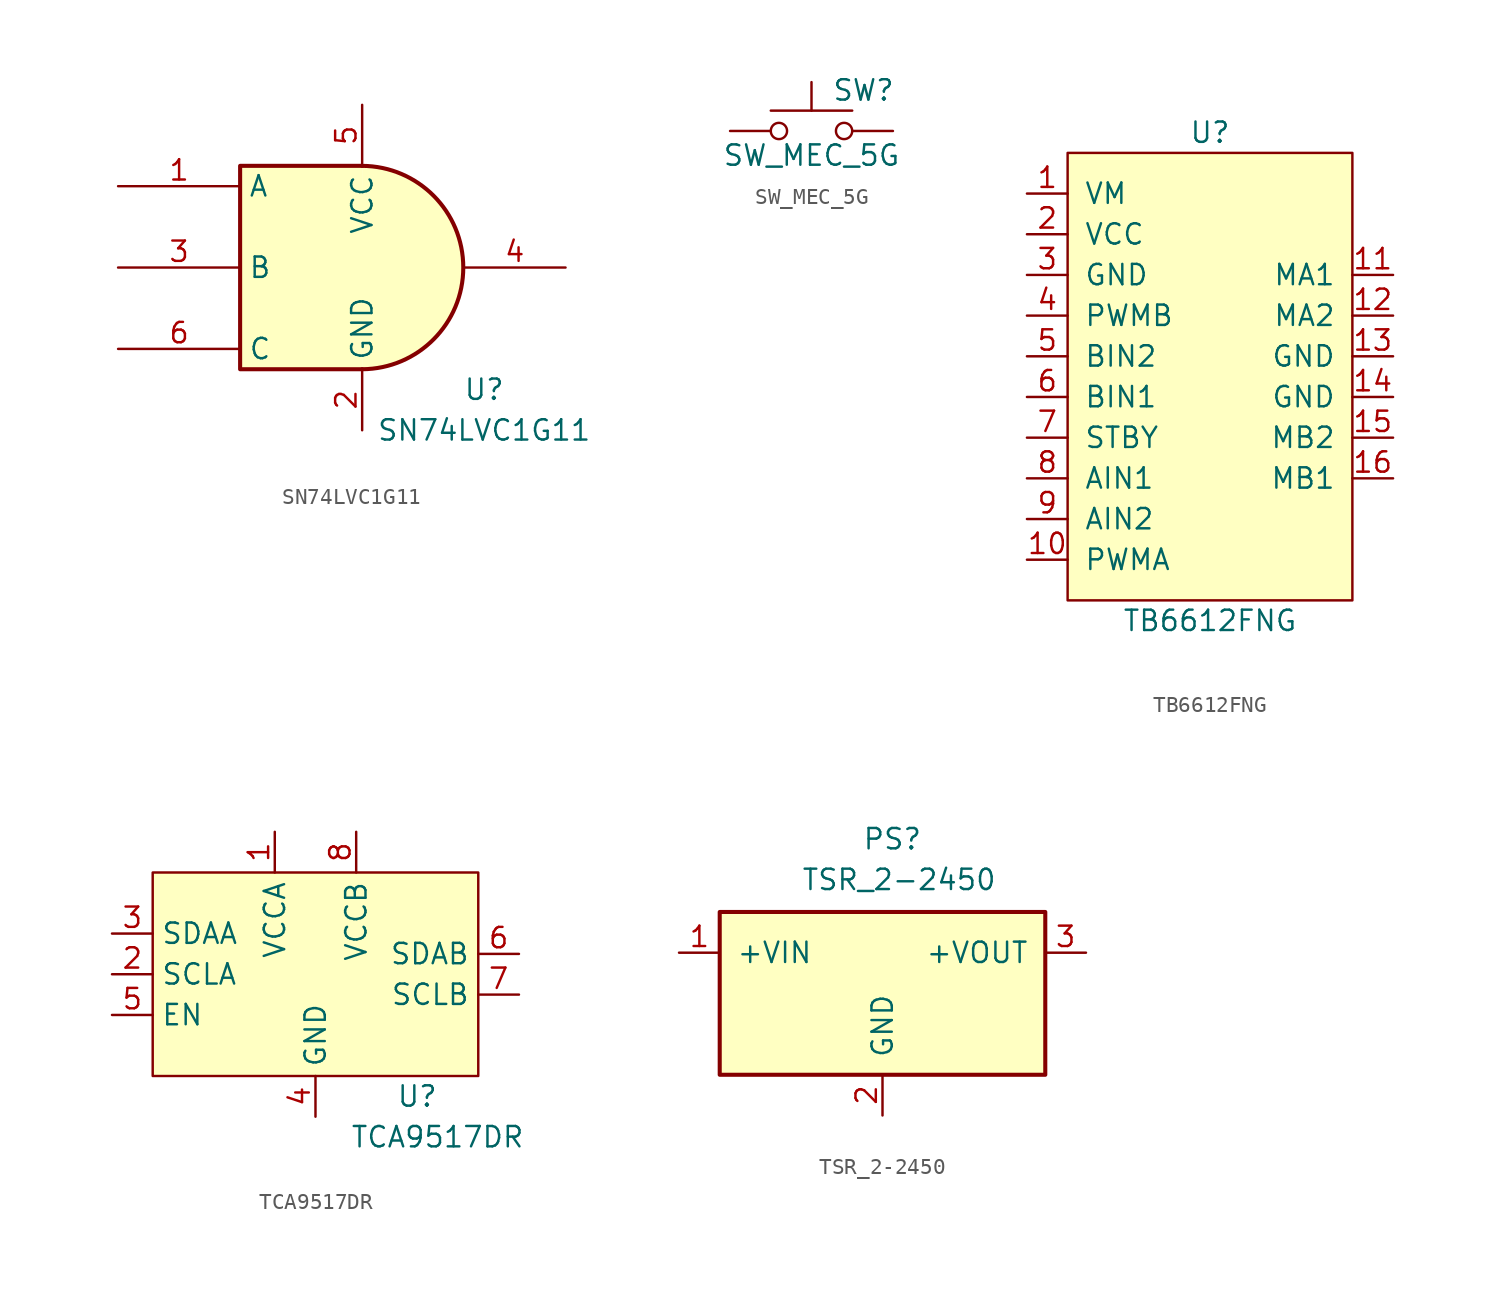
<source format=kicad_sym>
(kicad_symbol_lib
  (version 20220914)
  (generator kicad_symbol_editor)
  (symbol "SN74LVC1G11"
    (property "Reference" "U"
      (at 7.62 -7.62 0)
      (effects (font (size 1.27 1.27))))
    (property "Value" "SN74LVC1G11"
      (at 7.62 -10.16 0)
      (effects (font (size 1.27 1.27))))
    (symbol "SN74LVC1G11_0_1"
      (arc (start 0 -6.35) (mid 6.3224 0) (end 0 6.35) (stroke (width 0.254) (type default)) (fill (type background)))
      (polyline (pts (xy 0 -6.35) (xy -7.62 -6.35) (xy -7.62 6.35) (xy 0 6.35)) (stroke (width 0.254) (type default)) (fill (type background))))
    (symbol "SN74LVC1G11_1_1"
      (pin input line (at -15.24 5.08 0) (length 7.62) (name "A" (effects (font (size 1.27 1.27)))) (number "1" (effects (font (size 1.27 1.27)))))
      (pin power_in line (at 0 -10.16 90) (length 3.81) (name "GND" (effects (font (size 1.27 1.27)))) (number "2" (effects (font (size 1.27 1.27)))))
      (pin input line (at -15.24 0 0) (length 7.62) (name "B" (effects (font (size 1.27 1.27)))) (number "3" (effects (font (size 1.27 1.27)))))
      (pin output line (at 12.7 0 180) (length 6.35) (name "~" (effects (font (size 1.27 1.27)))) (number "4" (effects (font (size 1.27 1.27)))))
      (pin power_in line (at 0 10.16 270) (length 3.81) (name "VCC" (effects (font (size 1.27 1.27)))) (number "5" (effects (font (size 1.27 1.27)))))
      (pin input line (at -15.24 -5.08 0) (length 7.62) (name "C" (effects (font (size 1.27 1.27)))) (number "6" (effects (font (size 1.27 1.27)))))))
  (symbol "SW_MEC_5G"
    (pin_numbers hide)
    (pin_names
      (offset 1.016) hide)
    (property "Reference" "SW"
      (at 1.27 2.54 0)
      (effects (font (size 1.27 1.27)) (justify left)))
    (property "Value" "SW_MEC_5G"
      (at 0 -1.524 0)
      (effects (font (size 1.27 1.27))))
    (symbol "SW_MEC_5G_0_1"
      (circle (center -2.032 0) (radius 0.508) (stroke (width 0) (type default)) (fill (type none)))
      (polyline (pts (xy 0 1.27) (xy 0 3.048)) (stroke (width 0) (type default)) (fill (type none)))
      (polyline (pts (xy 2.54 1.27) (xy -2.54 1.27)) (stroke (width 0) (type default)) (fill (type none)))
      (circle (center 2.032 0) (radius 0.508) (stroke (width 0) (type default)) (fill (type none)))
      (pin passive line (at -5.08 0 0) (length 2.54) (name "A" (effects (font (size 1.27 1.27)))) (number "1" (effects (font (size 1.27 1.27))))))
    (symbol "SW_MEC_5G_1_1"
      (pin passive line (at -5.08 0 0) (length 2.54) hide (name "A" (effects (font (size 1.27 1.27)))) (number "2" (effects (font (size 1.27 1.27)))))
      (pin passive line (at 5.08 0 180) (length 2.54) (name "B" (effects (font (size 1.27 1.27)))) (number "3" (effects (font (size 1.27 1.27)))))
      (pin passive line (at 5.08 0 180) (length 2.54) hide (name "B" (effects (font (size 1.27 1.27)))) (number "4" (effects (font (size 1.27 1.27)))))))
  (symbol "TB6612FNG"
    (pin_names
      (offset 1.016))
    (property "Reference" "U"
      (at 0 15.24 0)
      (effects (font (size 1.27 1.27))))
    (property "Value" "TB6612FNG"
      (at 0 -15.24 0)
      (effects (font (size 1.27 1.27))))
    (symbol "TB6612FNG_0_1"
      (rectangle (start -8.89 13.97) (end 8.89 -13.97) (stroke (width 0) (type default)) (fill (type background))))
    (symbol "TB6612FNG_1_1"
      (pin power_in line (at -11.43 11.43 0) (length 2.54) (name "VM" (effects (font (size 1.27 1.27)))) (number "1" (effects (font (size 1.27 1.27)))))
      (pin input line (at -11.43 -11.43 0) (length 2.54) (name "PWMA" (effects (font (size 1.27 1.27)))) (number "10" (effects (font (size 1.27 1.27)))))
      (pin power_out line (at 11.43 6.35 180) (length 2.54) (name "MA1" (effects (font (size 1.27 1.27)))) (number "11" (effects (font (size 1.27 1.27)))))
      (pin power_out line (at 11.43 3.81 180) (length 2.54) (name "MA2" (effects (font (size 1.27 1.27)))) (number "12" (effects (font (size 1.27 1.27)))))
      (pin power_out line (at 11.43 1.27 180) (length 2.54) (name "GND" (effects (font (size 1.27 1.27)))) (number "13" (effects (font (size 1.27 1.27)))))
      (pin power_out line (at 11.43 -1.27 180) (length 2.54) (name "GND" (effects (font (size 1.27 1.27)))) (number "14" (effects (font (size 1.27 1.27)))))
      (pin power_out line (at 11.43 -3.81 180) (length 2.54) (name "MB2" (effects (font (size 1.27 1.27)))) (number "15" (effects (font (size 1.27 1.27)))))
      (pin power_out line (at 11.43 -6.35 180) (length 2.54) (name "MB1" (effects (font (size 1.27 1.27)))) (number "16" (effects (font (size 1.27 1.27)))))
      (pin power_in line (at -11.43 8.89 0) (length 2.54) (name "VCC" (effects (font (size 1.27 1.27)))) (number "2" (effects (font (size 1.27 1.27)))))
      (pin power_in line (at -11.43 6.35 0) (length 2.54) (name "GND" (effects (font (size 1.27 1.27)))) (number "3" (effects (font (size 1.27 1.27)))))
      (pin input line (at -11.43 3.81 0) (length 2.54) (name "PWMB" (effects (font (size 1.27 1.27)))) (number "4" (effects (font (size 1.27 1.27)))))
      (pin input line (at -11.43 1.27 0) (length 2.54) (name "BIN2" (effects (font (size 1.27 1.27)))) (number "5" (effects (font (size 1.27 1.27)))))
      (pin input line (at -11.43 -1.27 0) (length 2.54) (name "BIN1" (effects (font (size 1.27 1.27)))) (number "6" (effects (font (size 1.27 1.27)))))
      (pin input line (at -11.43 -3.81 0) (length 2.54) (name "STBY" (effects (font (size 1.27 1.27)))) (number "7" (effects (font (size 1.27 1.27)))))
      (pin input line (at -11.43 -6.35 0) (length 2.54) (name "AIN1" (effects (font (size 1.27 1.27)))) (number "8" (effects (font (size 1.27 1.27)))))
      (pin input line (at -11.43 -8.89 0) (length 2.54) (name "AIN2" (effects (font (size 1.27 1.27)))) (number "9" (effects (font (size 1.27 1.27)))))))
  (symbol "TCA9517DR"
    (property "Reference" "U"
      (at 6.35 -7.62 0)
      (effects (font (size 1.27 1.27))))
    (property "Value" "TCA9517DR"
      (at 7.62 -10.16 0)
      (effects (font (size 1.27 1.27))))
    (symbol "TCA9517DR_0_1"
      (rectangle (start -10.16 6.35) (end 10.16 -6.35) (stroke (width 0) (type default)) (fill (type background))))
    (symbol "TCA9517DR_1_1"
      (pin power_in line (at -2.54 8.89 270) (length 2.54) (name "VCCA" (effects (font (size 1.27 1.27)))) (number "1" (effects (font (size 1.27 1.27)))))
      (pin input line (at -12.7 0 0) (length 2.54) (name "SCLA" (effects (font (size 1.27 1.27)))) (number "2" (effects (font (size 1.27 1.27)))))
      (pin bidirectional line (at -12.7 2.54 0) (length 2.54) (name "SDAA" (effects (font (size 1.27 1.27)))) (number "3" (effects (font (size 1.27 1.27)))))
      (pin power_in line (at 0 -8.89 90) (length 2.54) (name "GND" (effects (font (size 1.27 1.27)))) (number "4" (effects (font (size 1.27 1.27)))))
      (pin input line (at -12.7 -2.54 0) (length 2.54) (name "EN" (effects (font (size 1.27 1.27)))) (number "5" (effects (font (size 1.27 1.27)))))
      (pin bidirectional line (at 12.7 1.27 180) (length 2.54) (name "SDAB" (effects (font (size 1.27 1.27)))) (number "6" (effects (font (size 1.27 1.27)))))
      (pin output line (at 12.7 -1.27 180) (length 2.54) (name "SCLB" (effects (font (size 1.27 1.27)))) (number "7" (effects (font (size 1.27 1.27)))))
      (pin power_in line (at 2.54 8.89 270) (length 2.54) (name "VCCB" (effects (font (size 1.27 1.27)))) (number "8" (effects (font (size 1.27 1.27)))))))
  (symbol "TSR_2-2450"
    (pin_names
      (offset 1.016))
    (property "Reference" "PS"
      (at -1.27 8.89 0)
      (effects (font (size 1.27 1.27)) (justify left bottom)))
    (property "Value" "TSR_2-2450"
      (at -5.08 6.35 0)
      (effects (font (size 1.27 1.27)) (justify left bottom)))
    (symbol "TSR_2-2450_0_0"
      (rectangle (start -10.16 5.08) (end 10.16 -5.08) (stroke (width 0.254) (type default)) (fill (type background))))
    (symbol "TSR_2-2450_1_0"
      (pin input line (at -12.7 2.54 0) (length 2.54) (name "+VIN" (effects (font (size 1.27 1.27)))) (number "1" (effects (font (size 1.27 1.27)))))
      (pin power_in line (at 0 -7.62 90) (length 2.54) (name "GND" (effects (font (size 1.27 1.27)))) (number "2" (effects (font (size 1.27 1.27)))))
      (pin output line (at 12.7 2.54 180) (length 2.54) (name "+VOUT" (effects (font (size 1.27 1.27)))) (number "3" (effects (font (size 1.27 1.27))))))))
</source>
